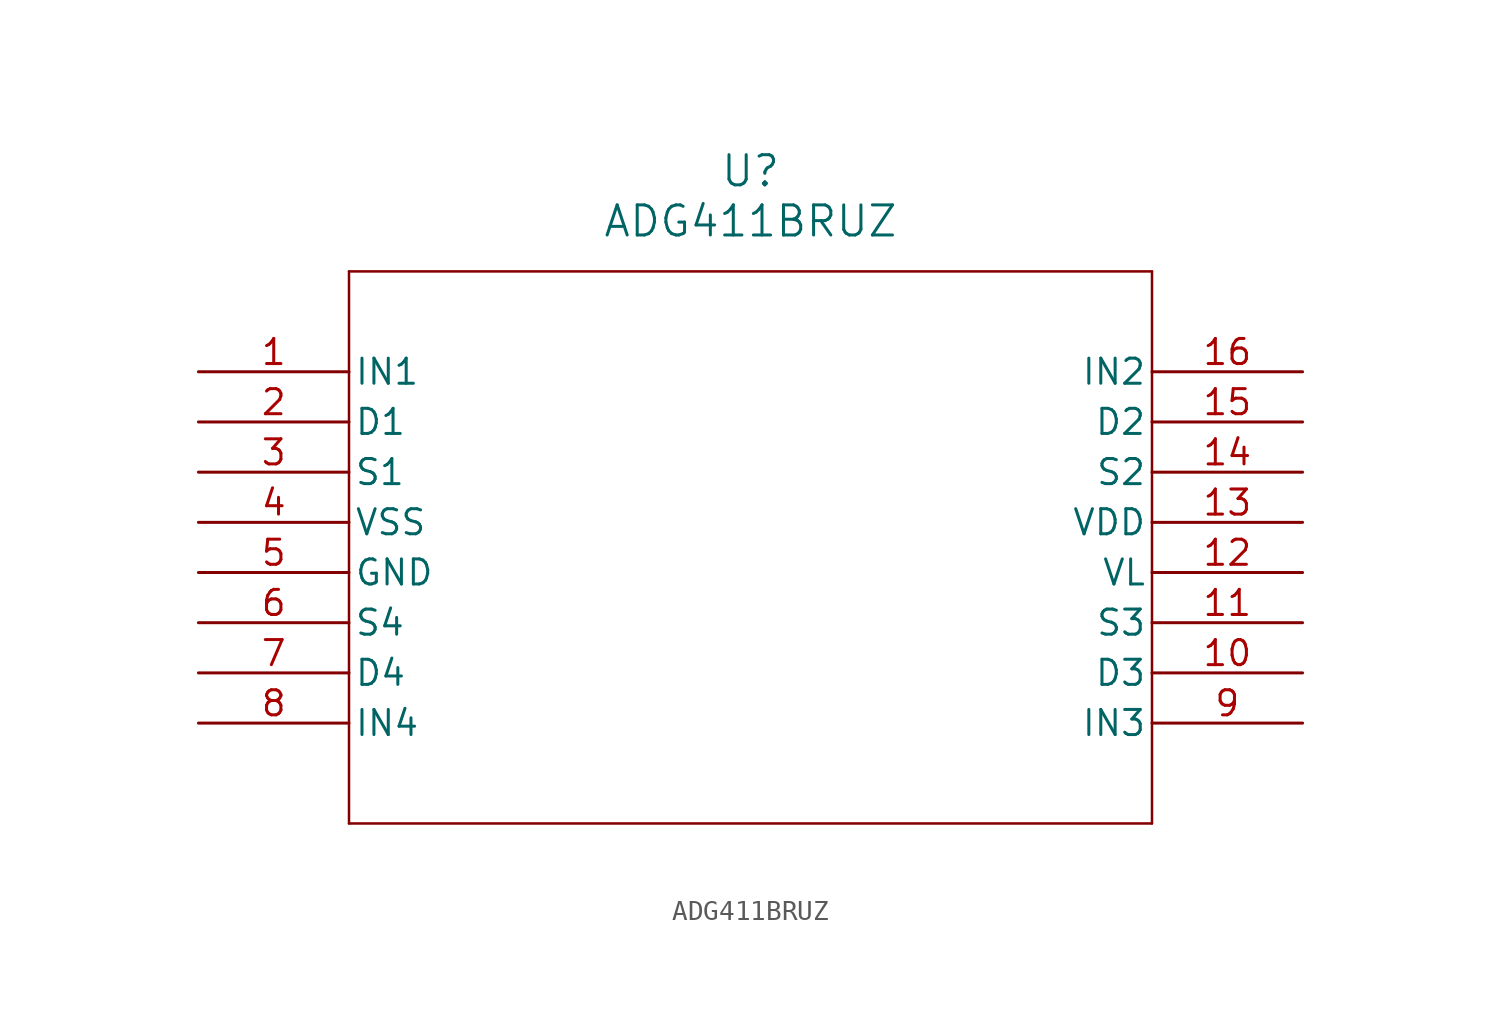
<source format=kicad_sym>
(kicad_symbol_lib
  (version 20211014)
  (generator kicad_symbol_editor)
  (symbol "ADG411BRUZ"
    (pin_names
      (offset 0.254))
    (property "Reference" "U"
      (at 27.94 10.16 0)
      (effects (font (size 1.524 1.524))))
    (property "Value" "ADG411BRUZ"
      (at 27.94 7.62 0)
      (effects (font (size 1.524 1.524))))
    (symbol "ADG411BRUZ_0_1"
      (polyline (pts (xy 7.62 5.08) (xy 7.62 -22.86)) (stroke (width 0.127) (type default) (color 0 0 0 0)) (fill (type none)))
      (polyline (pts (xy 7.62 -22.86) (xy 48.26 -22.86)) (stroke (width 0.127) (type default) (color 0 0 0 0)) (fill (type none)))
      (polyline (pts (xy 48.26 -22.86) (xy 48.26 5.08)) (stroke (width 0.127) (type default) (color 0 0 0 0)) (fill (type none)))
      (polyline (pts (xy 48.26 5.08) (xy 7.62 5.08)) (stroke (width 0.127) (type default) (color 0 0 0 0)) (fill (type none)))
      (pin unspecified line (at 0 0 0) (length 7.62) (name "IN1" (effects (font (size 1.27 1.27)))) (number "1" (effects (font (size 1.27 1.27)))))
      (pin unspecified line (at 0 -2.54 0) (length 7.62) (name "D1" (effects (font (size 1.27 1.27)))) (number "2" (effects (font (size 1.27 1.27)))))
      (pin unspecified line (at 0 -5.08 0) (length 7.62) (name "S1" (effects (font (size 1.27 1.27)))) (number "3" (effects (font (size 1.27 1.27)))))
      (pin power_in line (at 0 -7.62 0) (length 7.62) (name "VSS" (effects (font (size 1.27 1.27)))) (number "4" (effects (font (size 1.27 1.27)))))
      (pin unspecified line (at 0 -10.16 0) (length 7.62) (name "GND" (effects (font (size 1.27 1.27)))) (number "5" (effects (font (size 1.27 1.27)))))
      (pin unspecified line (at 0 -12.7 0) (length 7.62) (name "S4" (effects (font (size 1.27 1.27)))) (number "6" (effects (font (size 1.27 1.27)))))
      (pin unspecified line (at 0 -15.24 0) (length 7.62) (name "D4" (effects (font (size 1.27 1.27)))) (number "7" (effects (font (size 1.27 1.27)))))
      (pin unspecified line (at 0 -17.78 0) (length 7.62) (name "IN4" (effects (font (size 1.27 1.27)))) (number "8" (effects (font (size 1.27 1.27)))))
      (pin unspecified line (at 55.88 -17.78 180) (length 7.62) (name "IN3" (effects (font (size 1.27 1.27)))) (number "9" (effects (font (size 1.27 1.27)))))
      (pin unspecified line (at 55.88 -15.24 180) (length 7.62) (name "D3" (effects (font (size 1.27 1.27)))) (number "10" (effects (font (size 1.27 1.27)))))
      (pin unspecified line (at 55.88 -12.7 180) (length 7.62) (name "S3" (effects (font (size 1.27 1.27)))) (number "11" (effects (font (size 1.27 1.27)))))
      (pin power_in line (at 55.88 -10.16 180) (length 7.62) (name "VL" (effects (font (size 1.27 1.27)))) (number "12" (effects (font (size 1.27 1.27)))))
      (pin power_in line (at 55.88 -7.62 180) (length 7.62) (name "VDD" (effects (font (size 1.27 1.27)))) (number "13" (effects (font (size 1.27 1.27)))))
      (pin unspecified line (at 55.88 -5.08 180) (length 7.62) (name "S2" (effects (font (size 1.27 1.27)))) (number "14" (effects (font (size 1.27 1.27)))))
      (pin unspecified line (at 55.88 -2.54 180) (length 7.62) (name "D2" (effects (font (size 1.27 1.27)))) (number "15" (effects (font (size 1.27 1.27)))))
      (pin unspecified line (at 55.88 0 180) (length 7.62) (name "IN2" (effects (font (size 1.27 1.27)))) (number "16" (effects (font (size 1.27 1.27))))))))
</source>
